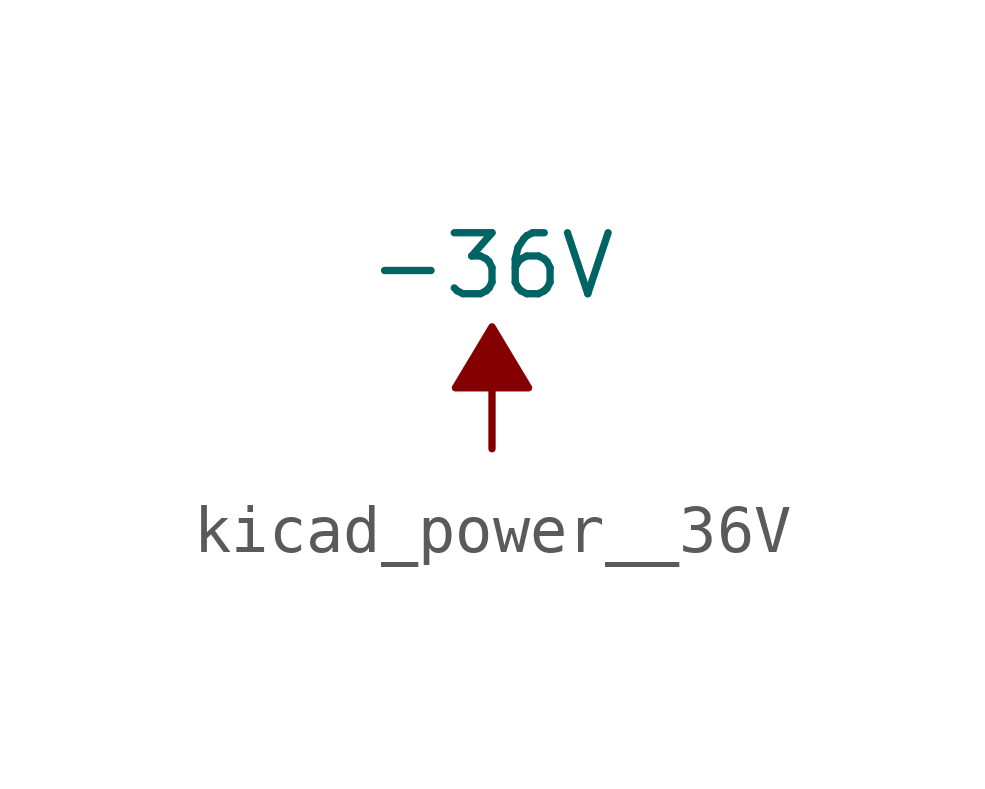
<source format=kicad_sym>
(kicad_symbol_lib
  (version 20220914)
  (generator kicad_symbol_editor)
  (symbol "kicad_power__36V"
    (power)
    (pin_names
      (offset 0))
    (property "Reference" "#PWR"
      (at 0 2.54 0)
      (effects (font (size 1.27 1.27)) hide))
    (property "Value" "-36V"
      (at 0 3.81 0)
      (effects (font (size 1.27 1.27))))
    (symbol "kicad_power__36V_0_0"
      (pin power_in line (at 0 0 90) (length 0) hide (name "-36V" (effects (font (size 1.27 1.27)))) (number "1" (effects (font (size 1.27 1.27))))))
    (symbol "kicad_power__36V_0_1"
      (polyline (pts (xy 0 0) (xy 0 1.27) (xy 0.762 1.27) (xy 0 2.54) (xy -0.762 1.27) (xy 0 1.27)) (stroke (width 0) (type default)) (fill (type outline))))))
</source>
